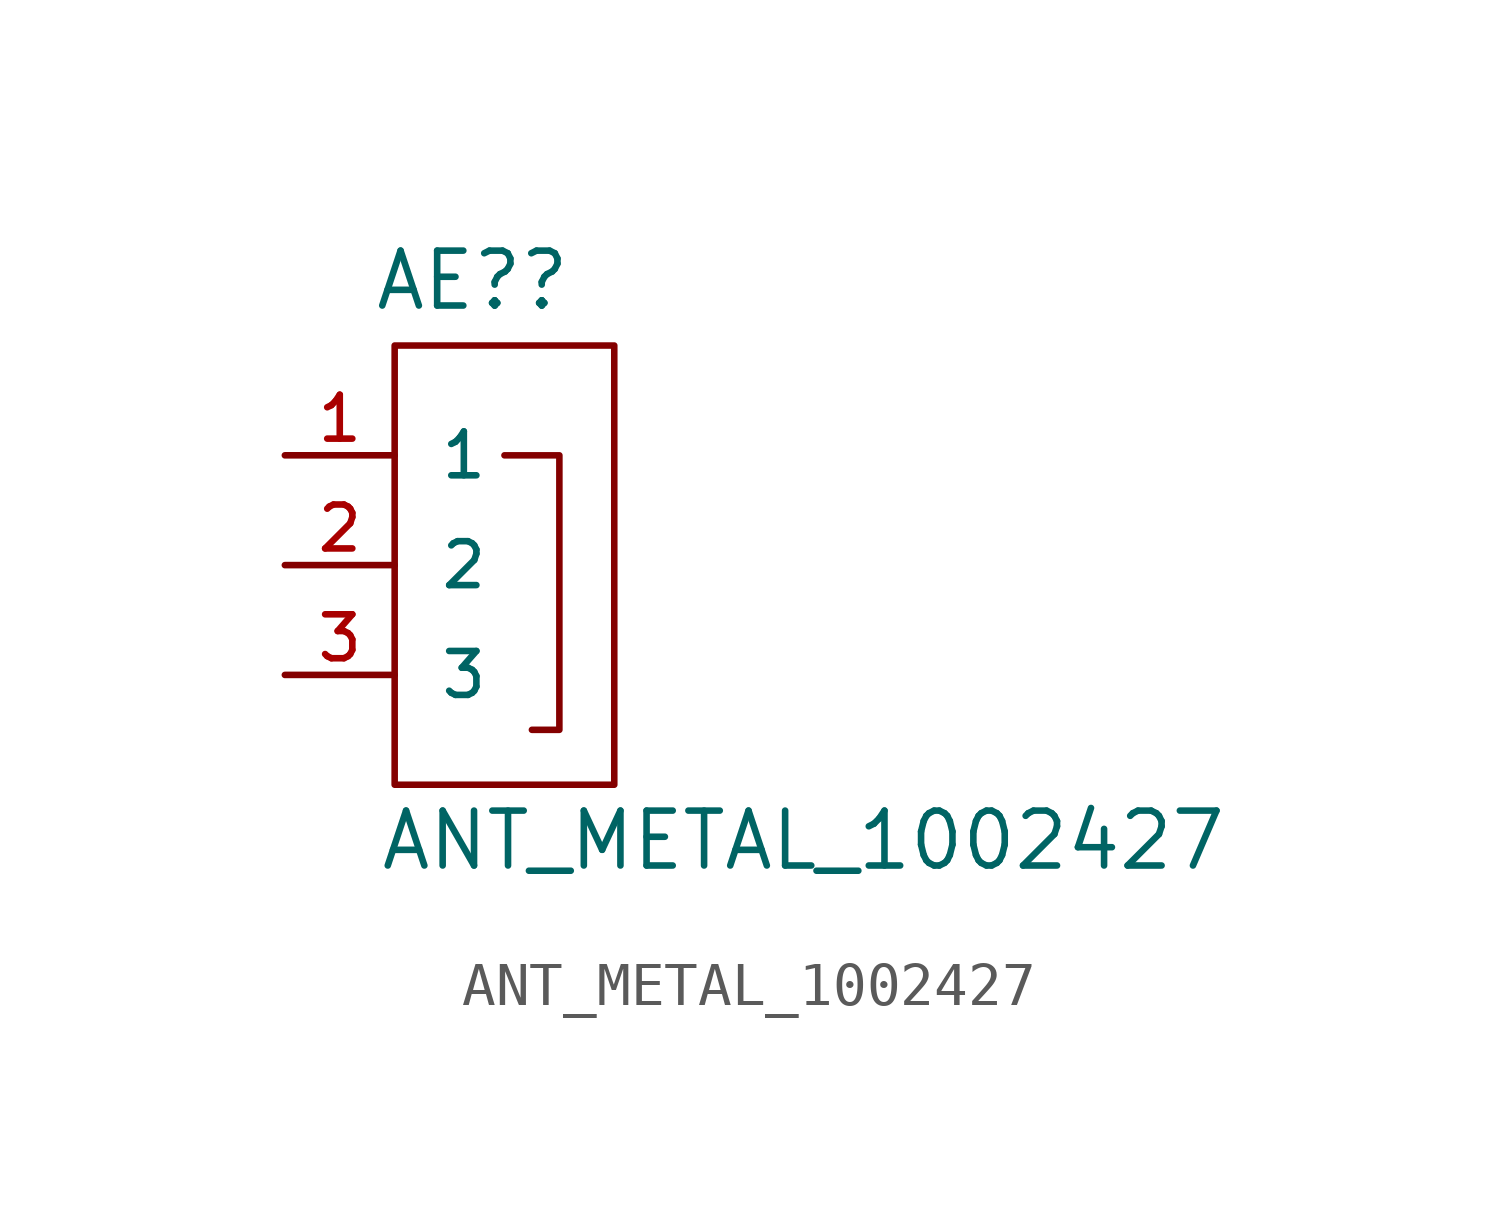
<source format=kicad_sym>
(kicad_symbol_lib
  (version 20211014)
  (generator kicad_symbol_editor)
  (symbol "ANT_METAL_1002427"
    (pin_names
      (offset 1.016))
    (property "Reference" "AE?"
      (at -3.048 5.842 0)
      (effects (font (size 1.27 1.27)) (justify left bottom)))
    (property "Value" "ANT_METAL_1002427"
      (at -2.921 -7.112 0)
      (effects (font (size 1.27 1.27)) (justify left bottom)))
    (symbol "ANT_METAL_1002427_0_0"
      (rectangle (start -2.54 5.08) (end 2.54 -5.08) (stroke (width 0.152) (type default) (color 0 0 0 0)) (fill (type none)))
      (polyline (pts (xy 0 2.54) (xy 1.27 2.54) (xy 1.27 -3.81) (xy 0.635 -3.81)) (stroke (width 0.152) (type default) (color 0 0 0 0)) (fill (type none)))
      (pin passive line (at -5.08 2.54 0) (length 2.54) (name "1" (effects (font (size 1.016 1.016)))) (number "1" (effects (font (size 1.016 1.016)))))
      (pin passive line (at -5.08 0 0) (length 2.54) (name "2" (effects (font (size 1.016 1.016)))) (number "2" (effects (font (size 1.016 1.016)))))
      (pin passive line (at -5.08 -2.54 0) (length 2.54) (name "3" (effects (font (size 1.016 1.016)))) (number "3" (effects (font (size 1.016 1.016))))))))
</source>
